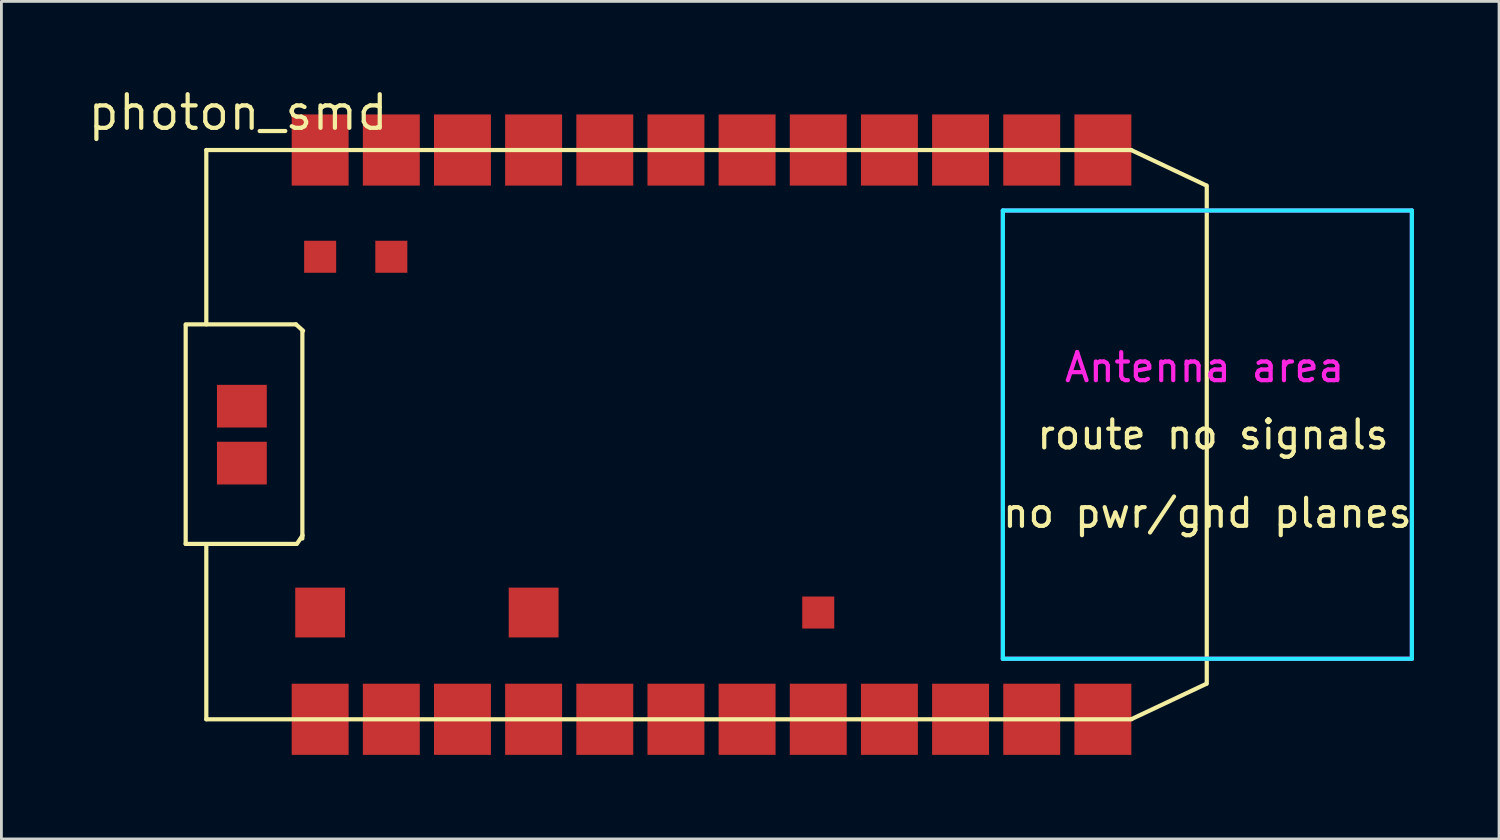
<source format=kicad_pcb>
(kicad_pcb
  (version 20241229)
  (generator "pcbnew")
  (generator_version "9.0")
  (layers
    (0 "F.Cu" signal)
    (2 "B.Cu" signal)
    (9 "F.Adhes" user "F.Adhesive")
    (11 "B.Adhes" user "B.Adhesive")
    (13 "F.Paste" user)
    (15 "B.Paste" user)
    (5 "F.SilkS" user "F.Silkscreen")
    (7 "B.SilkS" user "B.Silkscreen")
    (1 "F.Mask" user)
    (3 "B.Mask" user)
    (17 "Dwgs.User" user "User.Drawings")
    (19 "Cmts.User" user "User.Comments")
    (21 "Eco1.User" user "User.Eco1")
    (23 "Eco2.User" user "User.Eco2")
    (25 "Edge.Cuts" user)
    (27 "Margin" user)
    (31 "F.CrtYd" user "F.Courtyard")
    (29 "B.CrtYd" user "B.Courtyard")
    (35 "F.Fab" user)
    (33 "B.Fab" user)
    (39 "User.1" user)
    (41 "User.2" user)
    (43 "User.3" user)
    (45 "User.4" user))
  (footprint "photon_smd"
    (layer "F.Cu")
    (at 22.348 12.465)
    (property "Reference" "photon_smd" (at -16.9 -11.5 180) (layer "F.SilkS") (effects (font (size 1.2 1.2) (thickness 0.15))))
    (attr through_hole)
    (fp_line (start -18.77 -3.9) (end -18.77 3.9) (stroke (width 0.15) (type solid)) (layer "F.SilkS"))
    (fp_line (start -18.034 -10.16) (end -18.034 -3.937) (stroke (width 0.15) (type solid)) (layer "F.SilkS"))
    (fp_line (start -18.034 -10.16) (end 14.986 -10.16) (stroke (width 0.15) (type solid)) (layer "F.SilkS"))
    (fp_line (start -18.034 3.937) (end -18.034 10.16) (stroke (width 0.15) (type solid)) (layer "F.SilkS"))
    (fp_line (start -18.034 10.16) (end 14.986 10.16) (stroke (width 0.15) (type solid)) (layer "F.SilkS"))
    (fp_line (start -14.834 -3.937) (end -18.771 -3.937) (stroke (width 0.15) (type solid)) (layer "F.SilkS"))
    (fp_line (start -14.834 -3.937) (end -14.58 -3.708) (stroke (width 0.15) (type solid)) (layer "F.SilkS"))
    (fp_line (start -14.834 3.9) (end -18.771 3.9) (stroke (width 0.15) (type solid)) (layer "F.SilkS"))
    (fp_line (start -14.605 -3.708) (end -14.605 3.708) (stroke (width 0.15) (type solid)) (layer "F.SilkS"))
    (fp_line (start -14.597 3.595) (end -14.8 3.9) (stroke (width 0.15) (type solid)) (layer "F.SilkS"))
    (fp_line (start 15 -10.15) (end 17.65 -8.9) (stroke (width 0.15) (type solid)) (layer "F.SilkS"))
    (fp_line (start 15 10.15) (end 17.65 8.9) (stroke (width 0.15) (type solid)) (layer "F.SilkS"))
    (fp_line (start 17.678 8.89) (end 17.678 -8.89) (stroke (width 0.15) (type solid)) (layer "F.SilkS"))
    (fp_line (start 10.4 -8) (end 10.4 8) (stroke (width 0.15) (type solid)) (layer "B.CrtYd"))
    (fp_line (start 10.4 8) (end 25 8) (stroke (width 0.15) (type solid)) (layer "B.CrtYd"))
    (fp_line (start 25 -8) (end 10.4 -8) (stroke (width 0.15) (type solid)) (layer "B.CrtYd"))
    (fp_line (start 25 8) (end 25 -8) (stroke (width 0.15) (type solid)) (layer "B.CrtYd"))
    (fp_line (start 10.4 -8) (end 10.4 8) (stroke (width 0.15) (type solid)) (layer "F.CrtYd"))
    (fp_line (start 10.4 8) (end 25 8) (stroke (width 0.15) (type solid)) (layer "F.CrtYd"))
    (fp_line (start 25 -8) (end 10.4 -8) (stroke (width 0.15) (type solid)) (layer "F.CrtYd"))
    (fp_line (start 25 8) (end 25 -8) (stroke (width 0.15) (type solid)) (layer "F.CrtYd"))
    (fp_text user "route no signals" (at 17.9 0 0) (layer "F.SilkS") (effects (font (size 1 1) (thickness 0.15))))
    (fp_text user "no pwr/gnd planes" (at 17.7 2.8 0) (layer "F.SilkS") (effects (font (size 1 1) (thickness 0.15))))
    (fp_text user "Antenna area" (at 17.6 -2.4 0) (layer "F.CrtYd") (effects (font (size 1 1) (thickness 0.15))))
    (pad "1" smd rect (at -13.97 10.16) (size 2.032 2.54) (layers "F.Cu" "F.Mask" "F.Paste"))
    (pad "2" smd rect (at -11.43 10.16) (size 2.032 2.54) (layers "F.Cu" "F.Mask" "F.Paste"))
    (pad "3" smd rect (at -8.89 10.16) (size 2.032 2.54) (layers "F.Cu" "F.Mask" "F.Paste"))
    (pad "4" smd rect (at -6.35 10.16) (size 2.032 2.54) (layers "F.Cu" "F.Mask" "F.Paste"))
    (pad "5" smd rect (at -3.81 10.16) (size 2.032 2.54) (layers "F.Cu" "F.Mask" "F.Paste"))
    (pad "6" smd rect (at -1.27 10.16) (size 2.032 2.54) (layers "F.Cu" "F.Mask" "F.Paste"))
    (pad "7" smd rect (at 1.27 10.16) (size 2.032 2.54) (layers "F.Cu" "F.Mask" "F.Paste"))
    (pad "8" smd rect (at 3.81 10.16) (size 2.032 2.54) (layers "F.Cu" "F.Mask" "F.Paste"))
    (pad "9" smd rect (at 6.35 10.16) (size 2.032 2.54) (layers "F.Cu" "F.Mask" "F.Paste"))
    (pad "10" smd rect (at 8.89 10.16) (size 2.032 2.54) (layers "F.Cu" "F.Mask" "F.Paste"))
    (pad "11" smd rect (at 11.43 10.16) (size 2.032 2.54) (layers "F.Cu" "F.Mask" "F.Paste"))
    (pad "12" smd rect (at 13.97 10.16) (size 2.032 2.54) (layers "F.Cu" "F.Mask" "F.Paste"))
    (pad "13" smd rect (at 13.97 -10.16) (size 2.032 2.54) (layers "F.Cu" "F.Mask" "F.Paste"))
    (pad "14" smd rect (at 11.43 -10.16) (size 2.032 2.54) (layers "F.Cu" "F.Mask" "F.Paste"))
    (pad "15" smd rect (at 8.89 -10.16) (size 2.032 2.54) (layers "F.Cu" "F.Mask" "F.Paste"))
    (pad "16" smd rect (at 6.35 -10.16) (size 2.032 2.54) (layers "F.Cu" "F.Mask" "F.Paste"))
    (pad "17" smd rect (at 3.81 -10.16) (size 2.032 2.54) (layers "F.Cu" "F.Mask" "F.Paste"))
    (pad "18" smd rect (at 1.27 -10.16) (size 2.032 2.54) (layers "F.Cu" "F.Mask" "F.Paste"))
    (pad "19" smd rect (at -1.27 -10.16) (size 2.032 2.54) (layers "F.Cu" "F.Mask" "F.Paste"))
    (pad "20" smd rect (at -3.81 -10.16) (size 2.032 2.54) (layers "F.Cu" "F.Mask" "F.Paste"))
    (pad "21" smd rect (at -6.35 -10.16) (size 2.032 2.54) (layers "F.Cu" "F.Mask" "F.Paste"))
    (pad "22" smd rect (at -8.89 -10.16) (size 2.032 2.54) (layers "F.Cu" "F.Mask" "F.Paste"))
    (pad "23" smd rect (at -11.43 -10.16) (size 2.032 2.54) (layers "F.Cu" "F.Mask" "F.Paste"))
    (pad "24" smd rect (at -13.97 -10.16) (size 2.032 2.54) (layers "F.Cu" "F.Mask" "F.Paste"))
    (pad "25" smd rect (at -13.97 6.35) (size 1.778 1.778) (layers "F.Cu" "F.Mask" "F.Paste"))
    (pad "26" smd rect (at -6.35 6.35) (size 1.778 1.778) (layers "F.Cu" "F.Mask" "F.Paste"))
    (pad "27" smd rect (at 3.81 6.35) (size 1.143 1.143) (layers "F.Cu" "F.Mask" "F.Paste"))
    (pad "28" smd rect (at -11.43 -6.35) (size 1.143 1.143) (layers "F.Cu" "F.Mask" "F.Paste"))
    (pad "29" smd rect (at -13.97 -6.35) (size 1.143 1.143) (layers "F.Cu" "F.Mask" "F.Paste"))
    (pad "30" smd rect (at -16.764 -1.016) (size 1.778 1.524) (layers "F.Cu" "F.Mask" "F.Paste"))
    (pad "31" smd rect (at -16.764 1.016) (size 1.778 1.524) (layers "F.Cu" "F.Mask" "F.Paste")))
  (gr_rect
    (start -3 -3)
    (end 50.459 26.895)
    (stroke (width 0.1) (type default))
    (fill no)
    (layer "Edge.Cuts")))
</source>
